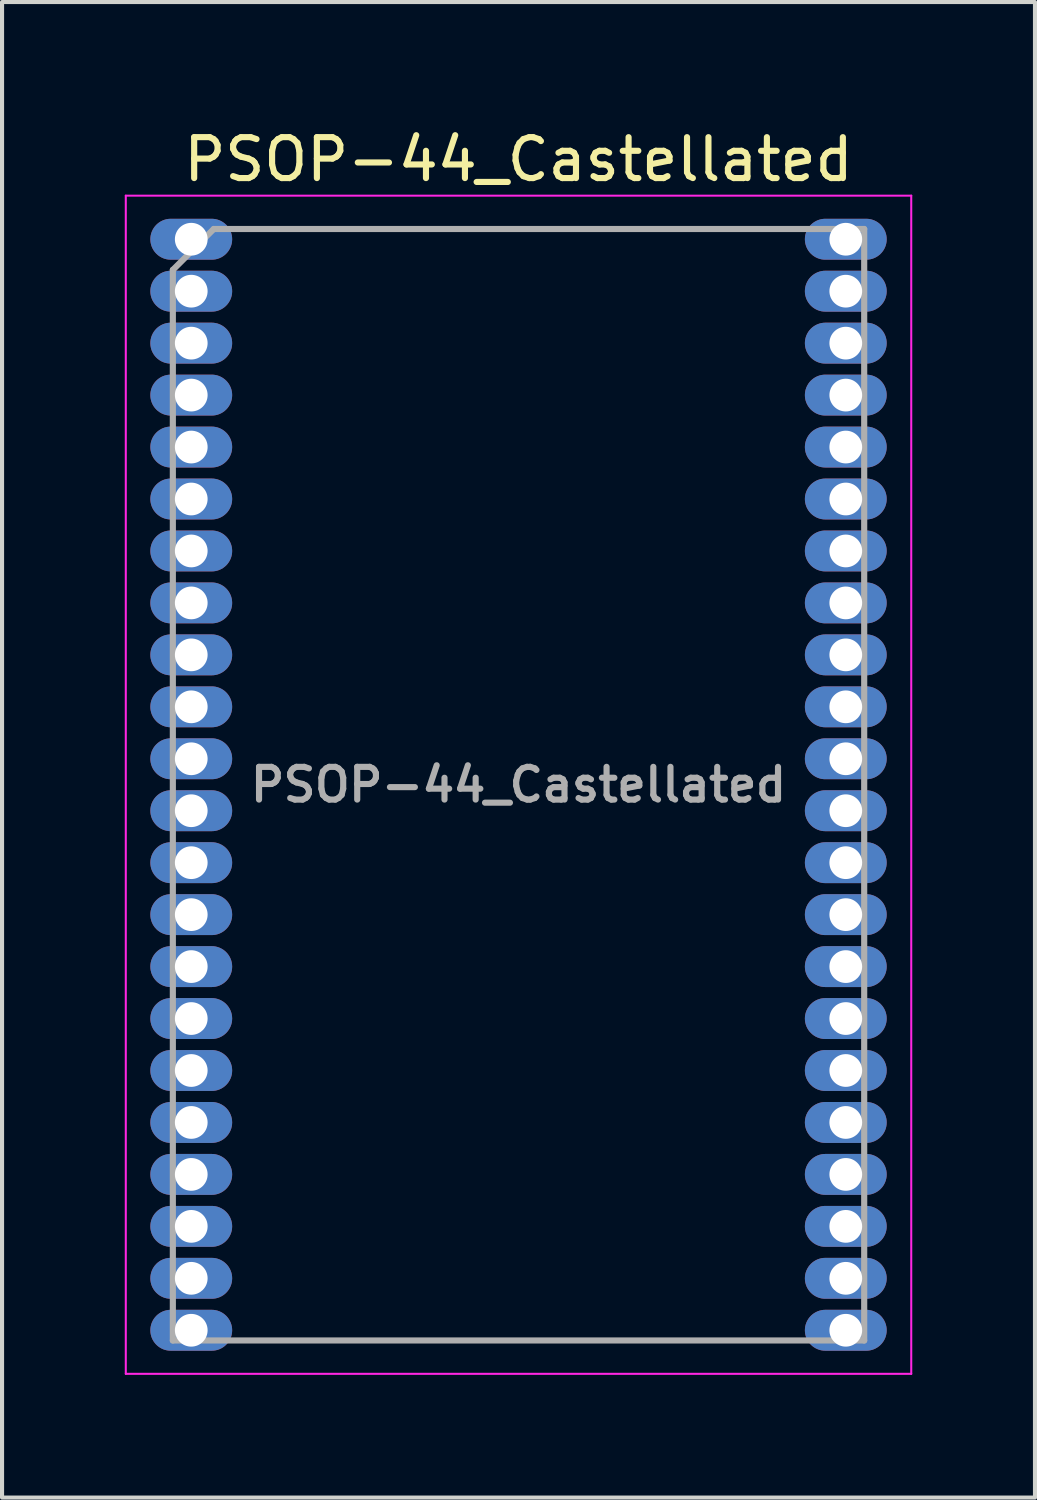
<source format=kicad_pcb>
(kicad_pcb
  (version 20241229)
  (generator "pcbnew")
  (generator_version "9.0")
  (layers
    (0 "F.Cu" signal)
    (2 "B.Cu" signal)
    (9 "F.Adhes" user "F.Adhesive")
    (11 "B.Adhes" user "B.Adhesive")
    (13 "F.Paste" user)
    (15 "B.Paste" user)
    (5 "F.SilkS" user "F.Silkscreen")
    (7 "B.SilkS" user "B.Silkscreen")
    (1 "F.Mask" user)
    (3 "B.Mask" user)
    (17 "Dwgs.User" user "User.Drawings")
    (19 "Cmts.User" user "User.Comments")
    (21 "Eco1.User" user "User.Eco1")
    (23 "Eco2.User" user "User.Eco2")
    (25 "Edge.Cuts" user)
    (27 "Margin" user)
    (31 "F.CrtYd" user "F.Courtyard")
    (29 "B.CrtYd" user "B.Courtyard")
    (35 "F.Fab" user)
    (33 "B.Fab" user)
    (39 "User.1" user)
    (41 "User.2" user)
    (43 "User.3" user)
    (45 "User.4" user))
  (footprint "PSOP-44_Castellated"
    (layer "F.Cu")
    (at 9.625 16.133)
    (property "Reference" "PSOP-44_Castellated" (at 0 -15.285 0) (layer "F.SilkS") (effects (font (size 1 1) (thickness 0.15))))
    (attr smd)
    (fp_line (start -9.6 -14.4) (end -9.6 14.4) (stroke (width 0.05) (type solid)) (layer "F.CrtYd"))
    (fp_line (start -9.6 -14.4) (end 9.6 -14.4) (stroke (width 0.05) (type solid)) (layer "F.CrtYd"))
    (fp_line (start -9.6 14.4) (end 9.6 14.4) (stroke (width 0.05) (type solid)) (layer "F.CrtYd"))
    (fp_line (start 9.6 -14.4) (end 9.6 14.4) (stroke (width 0.05) (type solid)) (layer "F.CrtYd"))
    (fp_line (start -8.45 -12.585) (end -7.45 -13.585) (stroke (width 0.15) (type solid)) (layer "F.Fab"))
    (fp_line (start -8.45 13.585) (end -8.45 -12.585) (stroke (width 0.15) (type solid)) (layer "F.Fab"))
    (fp_line (start -7.45 -13.585) (end 8.45 -13.585) (stroke (width 0.15) (type solid)) (layer "F.Fab"))
    (fp_line (start 8.45 -13.585) (end 8.45 13.585) (stroke (width 0.15) (type solid)) (layer "F.Fab"))
    (fp_line (start 8.45 13.585) (end -8.45 13.585) (stroke (width 0.15) (type solid)) (layer "F.Fab"))
    (fp_text user "${REFERENCE}" (at 0 0 0) (layer "F.Fab") (effects (font (size 0.8 0.8) (thickness 0.15))))
    (pad "1" thru_hole oval (at -8 -13.335) (size 2 1) (drill 0.8) (property pad_prop_castellated) (layers "*.Cu" "*.Mask"))
    (pad "2" thru_hole oval (at -8 -12.065) (size 2 1) (drill 0.8) (property pad_prop_castellated) (layers "*.Cu" "*.Mask"))
    (pad "3" thru_hole oval (at -8 -10.795) (size 2 1) (drill 0.8) (property pad_prop_castellated) (layers "*.Cu" "*.Mask"))
    (pad "4" thru_hole oval (at -8 -9.525) (size 2 1) (drill 0.8) (property pad_prop_castellated) (layers "*.Cu" "*.Mask"))
    (pad "5" thru_hole oval (at -8 -8.255) (size 2 1) (drill 0.8) (property pad_prop_castellated) (layers "*.Cu" "*.Mask"))
    (pad "6" thru_hole oval (at -8 -6.985) (size 2 1) (drill 0.8) (property pad_prop_castellated) (layers "*.Cu" "*.Mask"))
    (pad "7" thru_hole oval (at -8 -5.715) (size 2 1) (drill 0.8) (property pad_prop_castellated) (layers "*.Cu" "*.Mask"))
    (pad "8" thru_hole oval (at -8 -4.445) (size 2 1) (drill 0.8) (property pad_prop_castellated) (layers "*.Cu" "*.Mask"))
    (pad "9" thru_hole oval (at -8 -3.175) (size 2 1) (drill 0.8) (property pad_prop_castellated) (layers "*.Cu" "*.Mask"))
    (pad "10" thru_hole oval (at -8 -1.905) (size 2 1) (drill 0.8) (property pad_prop_castellated) (layers "*.Cu" "*.Mask"))
    (pad "11" thru_hole oval (at -8 -0.635) (size 2 1) (drill 0.8) (property pad_prop_castellated) (layers "*.Cu" "*.Mask"))
    (pad "12" thru_hole oval (at -8 0.635) (size 2 1) (drill 0.8) (property pad_prop_castellated) (layers "*.Cu" "*.Mask"))
    (pad "13" thru_hole oval (at -8 1.905) (size 2 1) (drill 0.8) (property pad_prop_castellated) (layers "*.Cu" "*.Mask"))
    (pad "14" thru_hole oval (at -8 3.175) (size 2 1) (drill 0.8) (property pad_prop_castellated) (layers "*.Cu" "*.Mask"))
    (pad "15" thru_hole oval (at -8 4.445) (size 2 1) (drill 0.8) (property pad_prop_castellated) (layers "*.Cu" "*.Mask"))
    (pad "16" thru_hole oval (at -8 5.715) (size 2 1) (drill 0.8) (property pad_prop_castellated) (layers "*.Cu" "*.Mask"))
    (pad "17" thru_hole oval (at -8 6.985) (size 2 1) (drill 0.8) (property pad_prop_castellated) (layers "*.Cu" "*.Mask"))
    (pad "18" thru_hole oval (at -8 8.255) (size 2 1) (drill 0.8) (property pad_prop_castellated) (layers "*.Cu" "*.Mask"))
    (pad "19" thru_hole oval (at -8 9.525) (size 2 1) (drill 0.8) (property pad_prop_castellated) (layers "*.Cu" "*.Mask"))
    (pad "20" thru_hole oval (at -8 10.795) (size 2 1) (drill 0.8) (property pad_prop_castellated) (layers "*.Cu" "*.Mask"))
    (pad "21" thru_hole oval (at -8 12.065) (size 2 1) (drill 0.8) (property pad_prop_castellated) (layers "*.Cu" "*.Mask"))
    (pad "22" thru_hole oval (at -8 13.335) (size 2 1) (drill 0.8) (property pad_prop_castellated) (layers "*.Cu" "*.Mask"))
    (pad "23" thru_hole oval (at 8 13.335) (size 2 1) (drill 0.8) (property pad_prop_castellated) (layers "*.Cu" "*.Mask"))
    (pad "24" thru_hole oval (at 8 12.065) (size 2 1) (drill 0.8) (property pad_prop_castellated) (layers "*.Cu" "*.Mask"))
    (pad "25" thru_hole oval (at 8 10.795) (size 2 1) (drill 0.8) (property pad_prop_castellated) (layers "*.Cu" "*.Mask"))
    (pad "26" thru_hole oval (at 8 9.525) (size 2 1) (drill 0.8) (property pad_prop_castellated) (layers "*.Cu" "*.Mask"))
    (pad "27" thru_hole oval (at 8 8.255) (size 2 1) (drill 0.8) (property pad_prop_castellated) (layers "*.Cu" "*.Mask"))
    (pad "28" thru_hole oval (at 8 6.985) (size 2 1) (drill 0.8) (property pad_prop_castellated) (layers "*.Cu" "*.Mask"))
    (pad "29" thru_hole oval (at 8 5.715) (size 2 1) (drill 0.8) (property pad_prop_castellated) (layers "*.Cu" "*.Mask"))
    (pad "30" thru_hole oval (at 8 4.445) (size 2 1) (drill 0.8) (property pad_prop_castellated) (layers "*.Cu" "*.Mask"))
    (pad "31" thru_hole oval (at 8 3.175) (size 2 1) (drill 0.8) (property pad_prop_castellated) (layers "*.Cu" "*.Mask"))
    (pad "32" thru_hole oval (at 8 1.905) (size 2 1) (drill 0.8) (property pad_prop_castellated) (layers "*.Cu" "*.Mask"))
    (pad "33" thru_hole oval (at 8 0.635) (size 2 1) (drill 0.8) (property pad_prop_castellated) (layers "*.Cu" "*.Mask"))
    (pad "34" thru_hole oval (at 8 -0.635) (size 2 1) (drill 0.8) (property pad_prop_castellated) (layers "*.Cu" "*.Mask"))
    (pad "35" thru_hole oval (at 8 -1.905) (size 2 1) (drill 0.8) (property pad_prop_castellated) (layers "*.Cu" "*.Mask"))
    (pad "36" thru_hole oval (at 8 -3.175) (size 2 1) (drill 0.8) (property pad_prop_castellated) (layers "*.Cu" "*.Mask"))
    (pad "37" thru_hole oval (at 8 -4.445) (size 2 1) (drill 0.8) (property pad_prop_castellated) (layers "*.Cu" "*.Mask"))
    (pad "38" thru_hole oval (at 8 -5.715) (size 2 1) (drill 0.8) (property pad_prop_castellated) (layers "*.Cu" "*.Mask"))
    (pad "39" thru_hole oval (at 8 -6.985) (size 2 1) (drill 0.8) (property pad_prop_castellated) (layers "*.Cu" "*.Mask"))
    (pad "40" thru_hole oval (at 8 -8.255) (size 2 1) (drill 0.8) (property pad_prop_castellated) (layers "*.Cu" "*.Mask"))
    (pad "41" thru_hole oval (at 8 -9.525) (size 2 1) (drill 0.8) (property pad_prop_castellated) (layers "*.Cu" "*.Mask"))
    (pad "42" thru_hole oval (at 8 -10.795) (size 2 1) (drill 0.8) (property pad_prop_castellated) (layers "*.Cu" "*.Mask"))
    (pad "43" thru_hole oval (at 8 -12.065) (size 2 1) (drill 0.8) (property pad_prop_castellated) (layers "*.Cu" "*.Mask"))
    (pad "44" thru_hole oval (at 8 -13.335) (size 2 1) (drill 0.8) (property pad_prop_castellated) (layers "*.Cu" "*.Mask")))
  (gr_rect
    (start -3 -3)
    (end 22.25 33.558)
    (stroke (width 0.1) (type default))
    (fill no)
    (layer "Edge.Cuts")))
</source>
